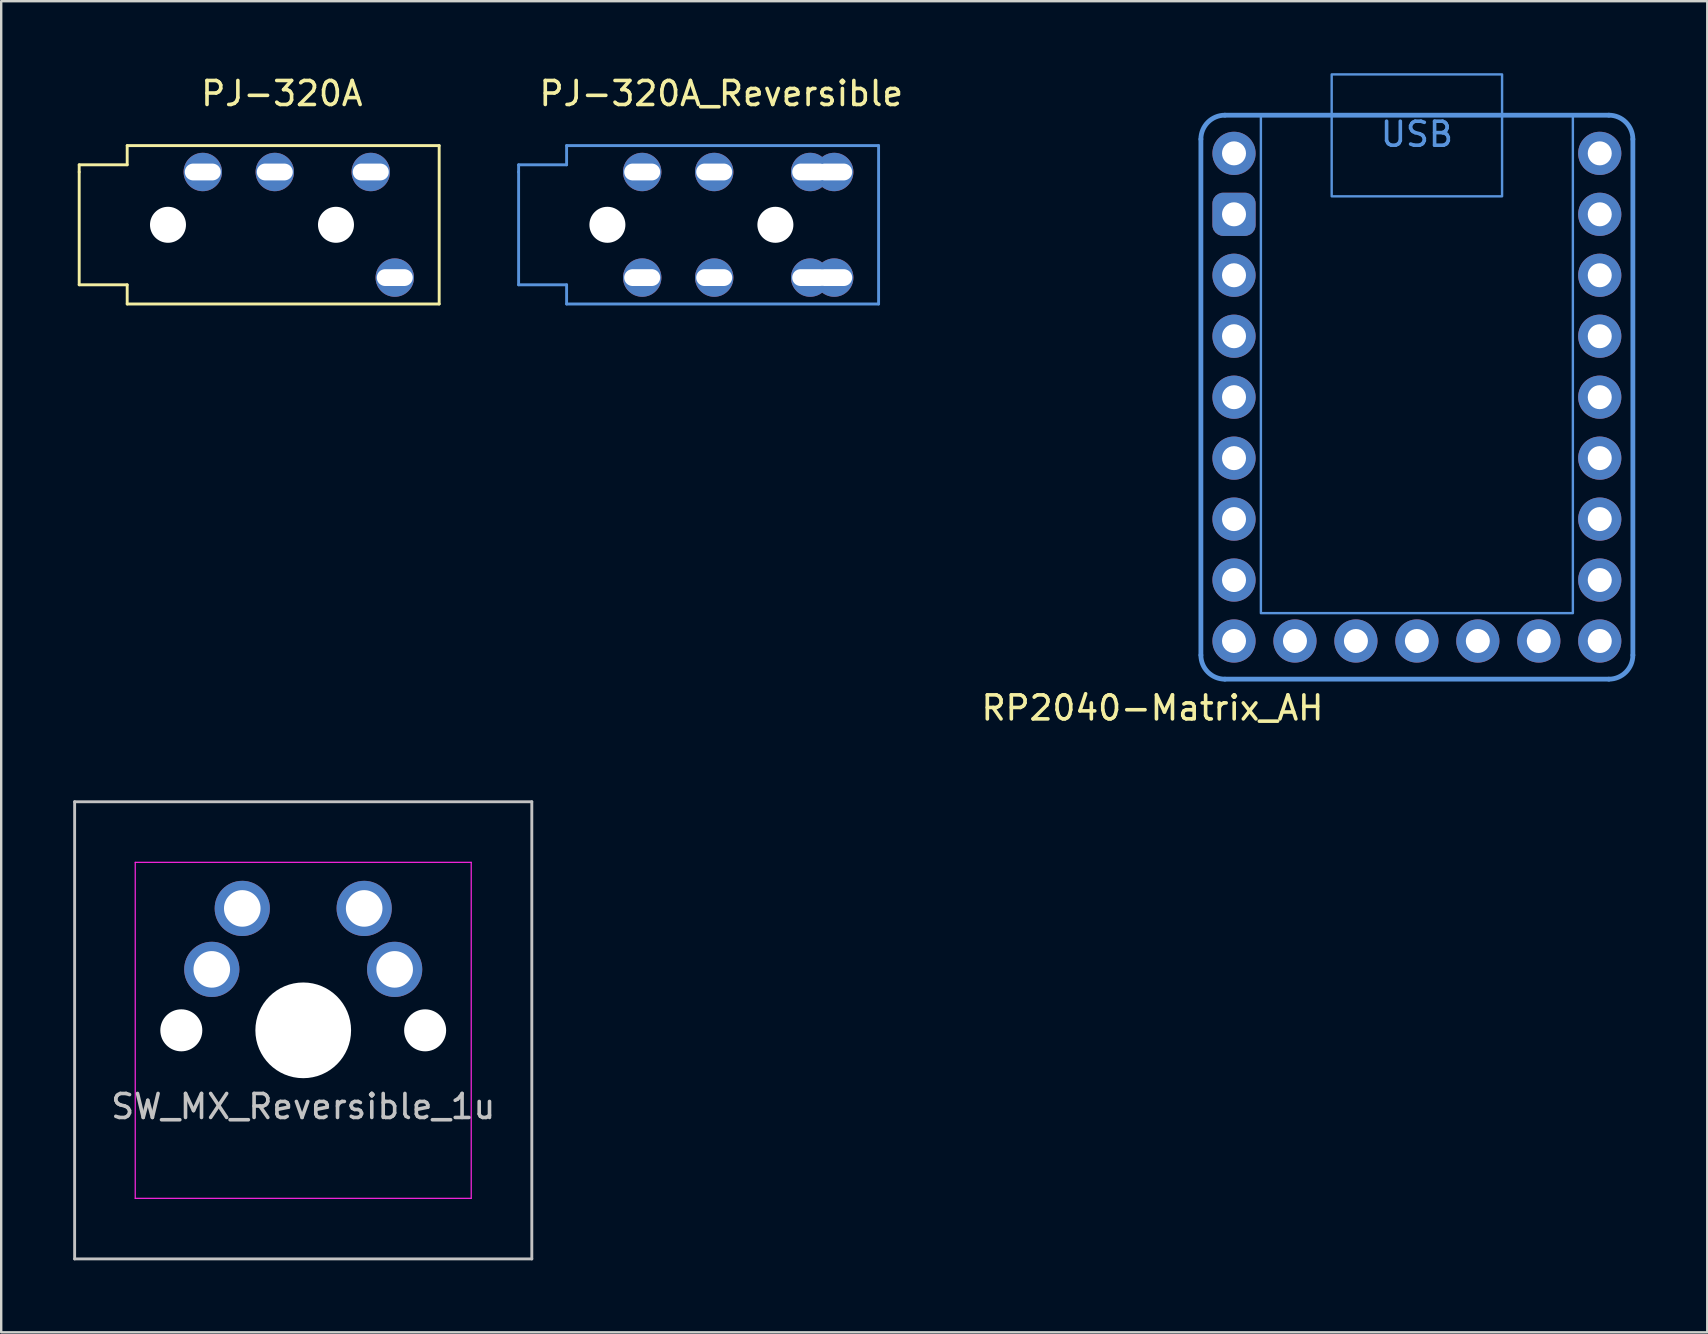
<source format=kicad_pcb>
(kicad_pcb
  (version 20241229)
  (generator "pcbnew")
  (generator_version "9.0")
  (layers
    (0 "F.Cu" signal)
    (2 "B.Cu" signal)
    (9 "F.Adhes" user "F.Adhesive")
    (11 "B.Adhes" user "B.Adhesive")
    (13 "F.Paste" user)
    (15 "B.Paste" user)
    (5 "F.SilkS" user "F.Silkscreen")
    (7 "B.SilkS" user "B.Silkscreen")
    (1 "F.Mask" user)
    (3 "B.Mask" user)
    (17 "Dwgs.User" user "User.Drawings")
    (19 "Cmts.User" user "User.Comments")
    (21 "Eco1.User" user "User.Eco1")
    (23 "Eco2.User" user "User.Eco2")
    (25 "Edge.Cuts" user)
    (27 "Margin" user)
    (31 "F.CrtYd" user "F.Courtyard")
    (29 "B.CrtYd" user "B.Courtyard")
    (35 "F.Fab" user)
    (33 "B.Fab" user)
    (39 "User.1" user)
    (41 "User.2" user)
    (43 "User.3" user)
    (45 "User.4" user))
  (footprint "PJ-320A_Reversible"
    (layer "F.Cu")
    (at 18.56 4.117)
    (property "Reference" "PJ-320A_Reversible" (at 8.445 -3.269 180) (layer "F.SilkS") (effects (font (size 1 1) (thickness 0.15))))
    (attr through_hole)
    (fp_line (start 0 -0.3) (end 2 -0.3) (stroke (width 0.12) (type solid)) (layer "Cmts.User"))
    (fp_line (start 0 0) (end 0 -0.3) (stroke (width 0.12) (type solid)) (layer "Cmts.User"))
    (fp_line (start 0 0) (end 0 4.7) (stroke (width 0.12) (type solid)) (layer "Cmts.User"))
    (fp_line (start 0 4.7) (end 2 4.7) (stroke (width 0.12) (type solid)) (layer "Cmts.User"))
    (fp_line (start 2 -1.1) (end 15 -1.1) (stroke (width 0.12) (type solid)) (layer "Cmts.User"))
    (fp_line (start 2 -0.3) (end 2 -1.1) (stroke (width 0.12) (type solid)) (layer "Cmts.User"))
    (fp_line (start 2 4.7) (end 2 5.5) (stroke (width 0.12) (type solid)) (layer "Cmts.User"))
    (fp_line (start 2 5.5) (end 15 5.5) (stroke (width 0.12) (type solid)) (layer "Cmts.User"))
    (fp_line (start 15 -1.1) (end 15 5.5) (stroke (width 0.12) (type solid)) (layer "Cmts.User"))
    (pad "" np_thru_hole circle (at 3.7 2.2) (size 1.5 1.5) (drill 1.5) (layers "*.Cu"))
    (pad "" np_thru_hole circle (at 10.7 2.2) (size 1.5 1.5) (drill 1.5) (layers "*.Cu"))
    (pad "1" thru_hole circle (at 13.15 0) (size 1.6 1.6) (drill oval 1.5 0.7) (layers "*.Cu" "*.Mask"))
    (pad "1" thru_hole circle (at 13.15 4.4) (size 1.6 1.6) (drill oval 1.5 0.7) (layers "*.Cu" "*.Mask"))
    (pad "2" thru_hole circle (at 12.15 0) (size 1.6 1.6) (drill oval 1.5 0.7) (layers "*.Cu" "*.Mask"))
    (pad "2" thru_hole circle (at 12.15 4.4) (size 1.6 1.6) (drill oval 1.5 0.7) (layers "*.Cu" "*.Mask"))
    (pad "3" thru_hole circle (at 8.15 0) (size 1.6 1.6) (drill oval 1.5 0.7) (layers "*.Cu" "*.Mask"))
    (pad "3" thru_hole circle (at 8.15 4.4) (size 1.6 1.6) (drill oval 1.5 0.7) (layers "*.Cu" "*.Mask"))
    (pad "4" thru_hole circle (at 5.15 0) (size 1.6 1.6) (drill oval 1.5 0.7) (layers "*.Cu" "*.Mask"))
    (pad "4" thru_hole circle (at 5.15 4.4) (size 1.6 1.6) (drill oval 1.5 0.7) (layers "*.Cu" "*.Mask")))
  (footprint "RP2040-Matrix_AH"
    (layer "F.Cu")
    (at 55.99 13.5)
    (property "Reference" "RP2040-Matrix_AH" (at -3.8 12.95 0) (layer "F.SilkS") (effects (font (size 1 1) (thickness 0.15)) (justify right)))
    (attr through_hole exclude_from_pos_files exclude_from_bom)
    (fp_line (start -9 10.75) (end -9 -10.75) (stroke (width 0.2) (type default)) (layer "Cmts.User"))
    (fp_line (start -8 -11.75) (end 8 -11.75) (stroke (width 0.2) (type default)) (layer "Cmts.User"))
    (fp_line (start 8 11.75) (end -8 11.75) (stroke (width 0.2) (type default)) (layer "Cmts.User"))
    (fp_line (start 9 -10.75) (end 9 10.75) (stroke (width 0.2) (type default)) (layer "Cmts.User"))
    (fp_rect (start -6.5 -11.75) (end 6.5 9) (stroke (width 0.1) (type default)) (fill no) (layer "Cmts.User"))
    (fp_rect (start -3.55 -13.45) (end 3.55 -8.37) (stroke (width 0.1) (type default)) (fill no) (layer "Cmts.User"))
    (fp_arc (start -9 -10.75) (mid -8.707107 -11.457107) (end -8 -11.75) (stroke (width 0.2) (type default)) (layer "Cmts.User"))
    (fp_arc (start -8 11.75) (mid -8.707107 11.457107) (end -9 10.75) (stroke (width 0.2) (type default)) (layer "Cmts.User"))
    (fp_arc (start 8 -11.75) (mid 8.707107 -11.457107) (end 9 -10.75) (stroke (width 0.2) (type default)) (layer "Cmts.User"))
    (fp_arc (start 9 10.75) (mid 8.707107 11.457107) (end 8 11.75) (stroke (width 0.2) (type default)) (layer "Cmts.User"))
    (fp_text user "USB" (at 0 -10.37 0) (layer "Cmts.User") (effects (font (size 1 1) (thickness 0.15)) (justify bottom)))
    (pad "1" thru_hole circle (at -7.62 -10.16) (size 1.8 1.8) (drill 1) (layers "*.Cu" "B.Mask"))
    (pad "2" thru_hole roundrect (at -7.62 -7.62) (size 1.8 1.8) (drill 1) (layers "*.Cu" "B.Mask") (roundrect_rratio 0.25))
    (pad "3" thru_hole circle (at -7.62 -5.08) (size 1.8 1.8) (drill 1) (layers "*.Cu" "B.Mask"))
    (pad "4" thru_hole circle (at -7.62 -2.54) (size 1.8 1.8) (drill 1) (layers "*.Cu" "B.Mask"))
    (pad "5" thru_hole circle (at -7.62 0) (size 1.8 1.8) (drill 1) (layers "*.Cu" "B.Mask"))
    (pad "6" thru_hole circle (at -7.62 2.54) (size 1.8 1.8) (drill 1) (layers "*.Cu" "B.Mask"))
    (pad "7" thru_hole circle (at -7.62 5.08) (size 1.8 1.8) (drill 1) (layers "*.Cu" "B.Mask"))
    (pad "8" thru_hole circle (at -7.62 7.62) (size 1.8 1.8) (drill 1) (layers "*.Cu" "B.Mask"))
    (pad "9" thru_hole circle (at -7.62 10.16) (size 1.8 1.8) (drill 1) (layers "*.Cu" "B.Mask"))
    (pad "10" thru_hole circle (at 7.62 -10.16) (size 1.8 1.8) (drill 1) (layers "*.Cu" "B.Mask"))
    (pad "11" thru_hole circle (at 7.62 -7.62) (size 1.8 1.8) (drill 1) (layers "*.Cu" "B.Mask"))
    (pad "12" thru_hole circle (at 7.62 -5.08) (size 1.8 1.8) (drill 1) (layers "*.Cu" "B.Mask"))
    (pad "13" thru_hole circle (at 7.62 -2.54) (size 1.8 1.8) (drill 1) (layers "*.Cu" "B.Mask"))
    (pad "14" thru_hole circle (at 7.62 0) (size 1.8 1.8) (drill 1) (layers "*.Cu" "B.Mask"))
    (pad "15" thru_hole circle (at 7.62 2.54) (size 1.8 1.8) (drill 1) (layers "*.Cu" "B.Mask"))
    (pad "16" thru_hole circle (at 7.62 5.08) (size 1.8 1.8) (drill 1) (layers "*.Cu" "B.Mask"))
    (pad "17" thru_hole circle (at 7.62 7.62) (size 1.8 1.8) (drill 1) (layers "*.Cu" "B.Mask"))
    (pad "18" thru_hole circle (at 7.62 10.16) (size 1.8 1.8) (drill 1) (layers "*.Cu" "B.Mask"))
    (pad "19" thru_hole circle (at -5.08 10.16) (size 1.8 1.8) (drill 1) (layers "*.Cu" "B.Mask"))
    (pad "20" thru_hole circle (at -2.54 10.16) (size 1.8 1.8) (drill 1) (layers "*.Cu" "B.Mask"))
    (pad "21" thru_hole circle (at 0 10.16) (size 1.8 1.8) (drill 1) (layers "*.Cu" "B.Mask"))
    (pad "22" thru_hole circle (at 2.54 10.16) (size 1.8 1.8) (drill 1) (layers "*.Cu" "B.Mask"))
    (pad "23" thru_hole circle (at 5.08 10.16) (size 1.8 1.8) (drill 1) (layers "*.Cu" "B.Mask")))
  (footprint "PJ-320A"
    (layer "F.Cu")
    (at 0.25 4.117)
    (property "Reference" "PJ-320A" (at 8.445 -3.269 0) (layer "F.SilkS") (effects (font (size 1 1) (thickness 0.15))))
    (attr through_hole)
    (fp_line (start 0 -0.3) (end 2 -0.3) (stroke (width 0.12) (type solid)) (layer "F.SilkS"))
    (fp_line (start 0 0) (end 0 -0.3) (stroke (width 0.12) (type solid)) (layer "F.SilkS"))
    (fp_line (start 0 0) (end 0 4.7) (stroke (width 0.12) (type solid)) (layer "F.SilkS"))
    (fp_line (start 0 4.7) (end 2 4.7) (stroke (width 0.12) (type solid)) (layer "F.SilkS"))
    (fp_line (start 2 -1.1) (end 15 -1.1) (stroke (width 0.12) (type solid)) (layer "F.SilkS"))
    (fp_line (start 2 -0.3) (end 2 -1.1) (stroke (width 0.12) (type solid)) (layer "F.SilkS"))
    (fp_line (start 2 4.7) (end 2 5.5) (stroke (width 0.12) (type solid)) (layer "F.SilkS"))
    (fp_line (start 2 5.5) (end 15 5.5) (stroke (width 0.12) (type solid)) (layer "F.SilkS"))
    (fp_line (start 15 -1.1) (end 15 5.5) (stroke (width 0.12) (type solid)) (layer "F.SilkS"))
    (pad "" np_thru_hole circle (at 3.7 2.2) (size 1.5 1.5) (drill 1.5) (layers "*.Cu"))
    (pad "" np_thru_hole circle (at 10.7 2.2) (size 1.5 1.5) (drill 1.5) (layers "*.Cu"))
    (pad "1" thru_hole circle (at 13.15 4.4) (size 1.6 1.6) (drill oval 1.5 0.7) (layers "*.Cu" "*.Mask"))
    (pad "2" thru_hole circle (at 12.15 0) (size 1.6 1.6) (drill oval 1.5 0.7) (layers "*.Cu" "*.Mask"))
    (pad "3" thru_hole circle (at 8.15 0) (size 1.6 1.6) (drill oval 1.5 0.7) (layers "*.Cu" "*.Mask"))
    (pad "4" thru_hole circle (at 5.15 0) (size 1.6 1.6) (drill oval 1.5 0.7) (layers "*.Cu" "*.Mask")))
  (footprint "SW_MX_Reversible_1u"
    (layer "F.Cu")
    (at 9.585 39.883)
    (property "Reference" "SW_MX_Reversible_1u" (at 0 3.175 0) (layer "Dwgs.User") (effects (font (size 1 1) (thickness 0.15))))
    (attr through_hole exclude_from_pos_files)
    (fp_line (start -9.525 -9.525) (end -9.525 9.525) (stroke (width 0.12) (type solid)) (layer "Dwgs.User"))
    (fp_line (start -9.525 9.525) (end 9.525 9.525) (stroke (width 0.12) (type solid)) (layer "Dwgs.User"))
    (fp_line (start 9.525 -9.525) (end -9.525 -9.525) (stroke (width 0.12) (type solid)) (layer "Dwgs.User"))
    (fp_line (start 9.525 9.525) (end 9.525 -9.525) (stroke (width 0.12) (type solid)) (layer "Dwgs.User"))
    (fp_line (start -7 6.5) (end -7 -6.5) (stroke (width 0.05) (type solid)) (layer "Eco2.User"))
    (fp_line (start -6.5 -7) (end 6.5 -7) (stroke (width 0.05) (type solid)) (layer "Eco2.User"))
    (fp_line (start 6.5 7) (end -6.5 7) (stroke (width 0.05) (type solid)) (layer "Eco2.User"))
    (fp_line (start 7 -6.5) (end 7 6.5) (stroke (width 0.05) (type solid)) (layer "Eco2.User"))
    (fp_arc (start -7 -6.5) (mid -6.853553 -6.853553) (end -6.5 -7) (stroke (width 0.05) (type solid)) (layer "Eco2.User"))
    (fp_arc (start -6.5 7) (mid -6.853553 6.853553) (end -7 6.5) (stroke (width 0.05) (type solid)) (layer "Eco2.User"))
    (fp_arc (start 6.5 -7) (mid 6.853553 -6.853553) (end 7 -6.5) (stroke (width 0.05) (type solid)) (layer "Eco2.User"))
    (fp_arc (start 6.997236 6.498884) (mid 6.850806 6.852455) (end 6.497236 6.998884) (stroke (width 0.05) (type solid)) (layer "Eco2.User"))
    (fp_line (start -7 -7) (end -7 7) (stroke (width 0.05) (type solid)) (layer "F.CrtYd"))
    (fp_line (start -7 7) (end 7 7) (stroke (width 0.05) (type solid)) (layer "F.CrtYd"))
    (fp_line (start 7 -7) (end -7 -7) (stroke (width 0.05) (type solid)) (layer "F.CrtYd"))
    (fp_line (start 7 7) (end 7 -7) (stroke (width 0.05) (type solid)) (layer "F.CrtYd"))
    (pad "" np_thru_hole circle (at -5.08 0) (size 1.75 1.75) (drill 1.75) (layers "*.Cu" "*.Mask"))
    (pad "" np_thru_hole circle (at 0 0) (size 3.988 3.988) (drill 3.988) (layers "*.Cu" "*.Mask"))
    (pad "" np_thru_hole circle (at 5.08 0) (size 1.75 1.75) (drill 1.75) (layers "*.Cu" "*.Mask"))
    (pad "1" thru_hole circle (at 2.54 -5.08) (size 2.3 2.3) (drill 1.524) (layers "*.Cu" "*.Mask"))
    (pad "1" thru_hole circle (at 3.81 -2.54) (size 2.3 2.3) (drill 1.524) (layers "*.Cu" "*.Mask"))
    (pad "2" thru_hole circle (at -3.81 -2.54) (size 2.3 2.3) (drill 1.524) (layers "*.Cu" "*.Mask"))
    (pad "2" thru_hole circle (at -2.54 -5.08) (size 2.3 2.3) (drill 1.524) (layers "*.Cu" "*.Mask")))
  (gr_rect
    (start -3 -3)
    (end 68.09 52.468)
    (stroke (width 0.1) (type default))
    (fill no)
    (layer "Edge.Cuts")))
</source>
